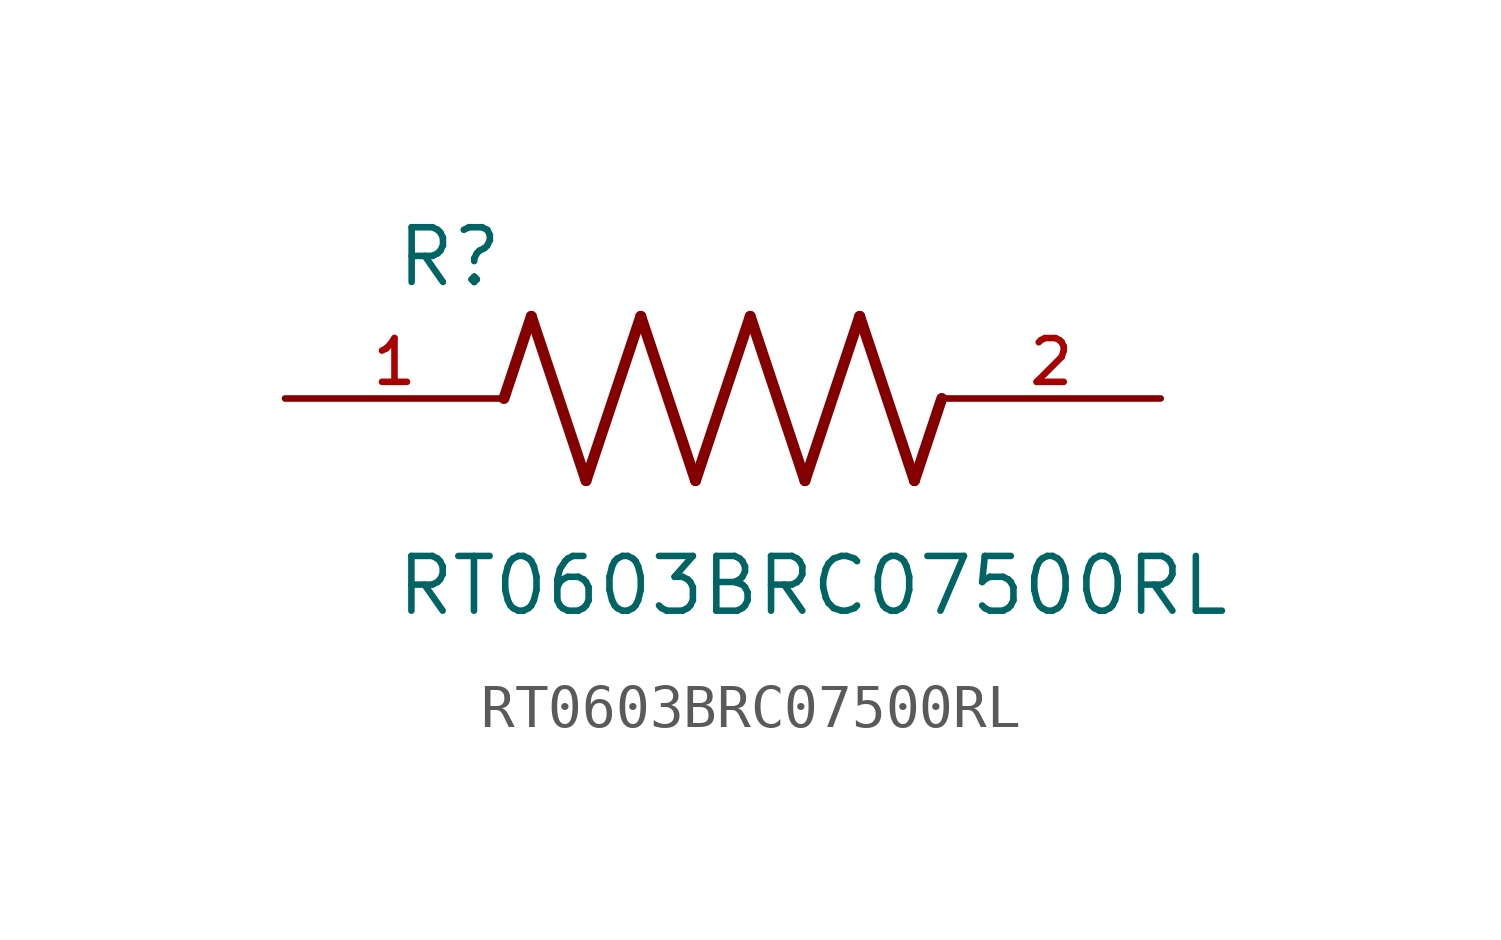
<source format=kicad_sym>
(kicad_symbol_lib
  (version 20211014)
  (generator kicad_symbol_editor)
  (symbol "RT0603BRC07500RL"
    (pin_names
      (offset 1.016))
    (property "Reference" "R"
      (at -7.624 2.541 0)
      (effects (font (size 1.27 1.27)) (justify bottom left)))
    (property "Value" "RT0603BRC07500RL"
      (at -7.63 -5.087 0)
      (effects (font (size 1.27 1.27)) (justify bottom left)))
    (symbol "RT0603BRC07500RL_0_0"
      (polyline (pts (xy -5.08 0.0) (xy -4.445 1.905)) (stroke (width 0.254)))
      (polyline (pts (xy -4.445 1.905) (xy -3.175 -1.905)) (stroke (width 0.254)))
      (polyline (pts (xy -3.175 -1.905) (xy -1.905 1.905)) (stroke (width 0.254)))
      (polyline (pts (xy -1.905 1.905) (xy -0.635 -1.905)) (stroke (width 0.254)))
      (polyline (pts (xy -0.635 -1.905) (xy 0.635 1.905)) (stroke (width 0.254)))
      (polyline (pts (xy 0.635 1.905) (xy 1.905 -1.905)) (stroke (width 0.254)))
      (polyline (pts (xy 1.905 -1.905) (xy 3.175 1.905)) (stroke (width 0.254)))
      (polyline (pts (xy 3.175 1.905) (xy 4.445 -1.905)) (stroke (width 0.254)))
      (polyline (pts (xy 4.445 -1.905) (xy 5.08 0.0)) (stroke (width 0.254)))
      (pin passive line (at -10.16 0.0 0) (length 5.08) (name "~" (effects (font (size 1.016 1.016)))) (number "1" (effects (font (size 1.016 1.016)))))
      (pin passive line (at 10.16 0.0 180.0) (length 5.08) (name "~" (effects (font (size 1.016 1.016)))) (number "2" (effects (font (size 1.016 1.016))))))))
</source>
